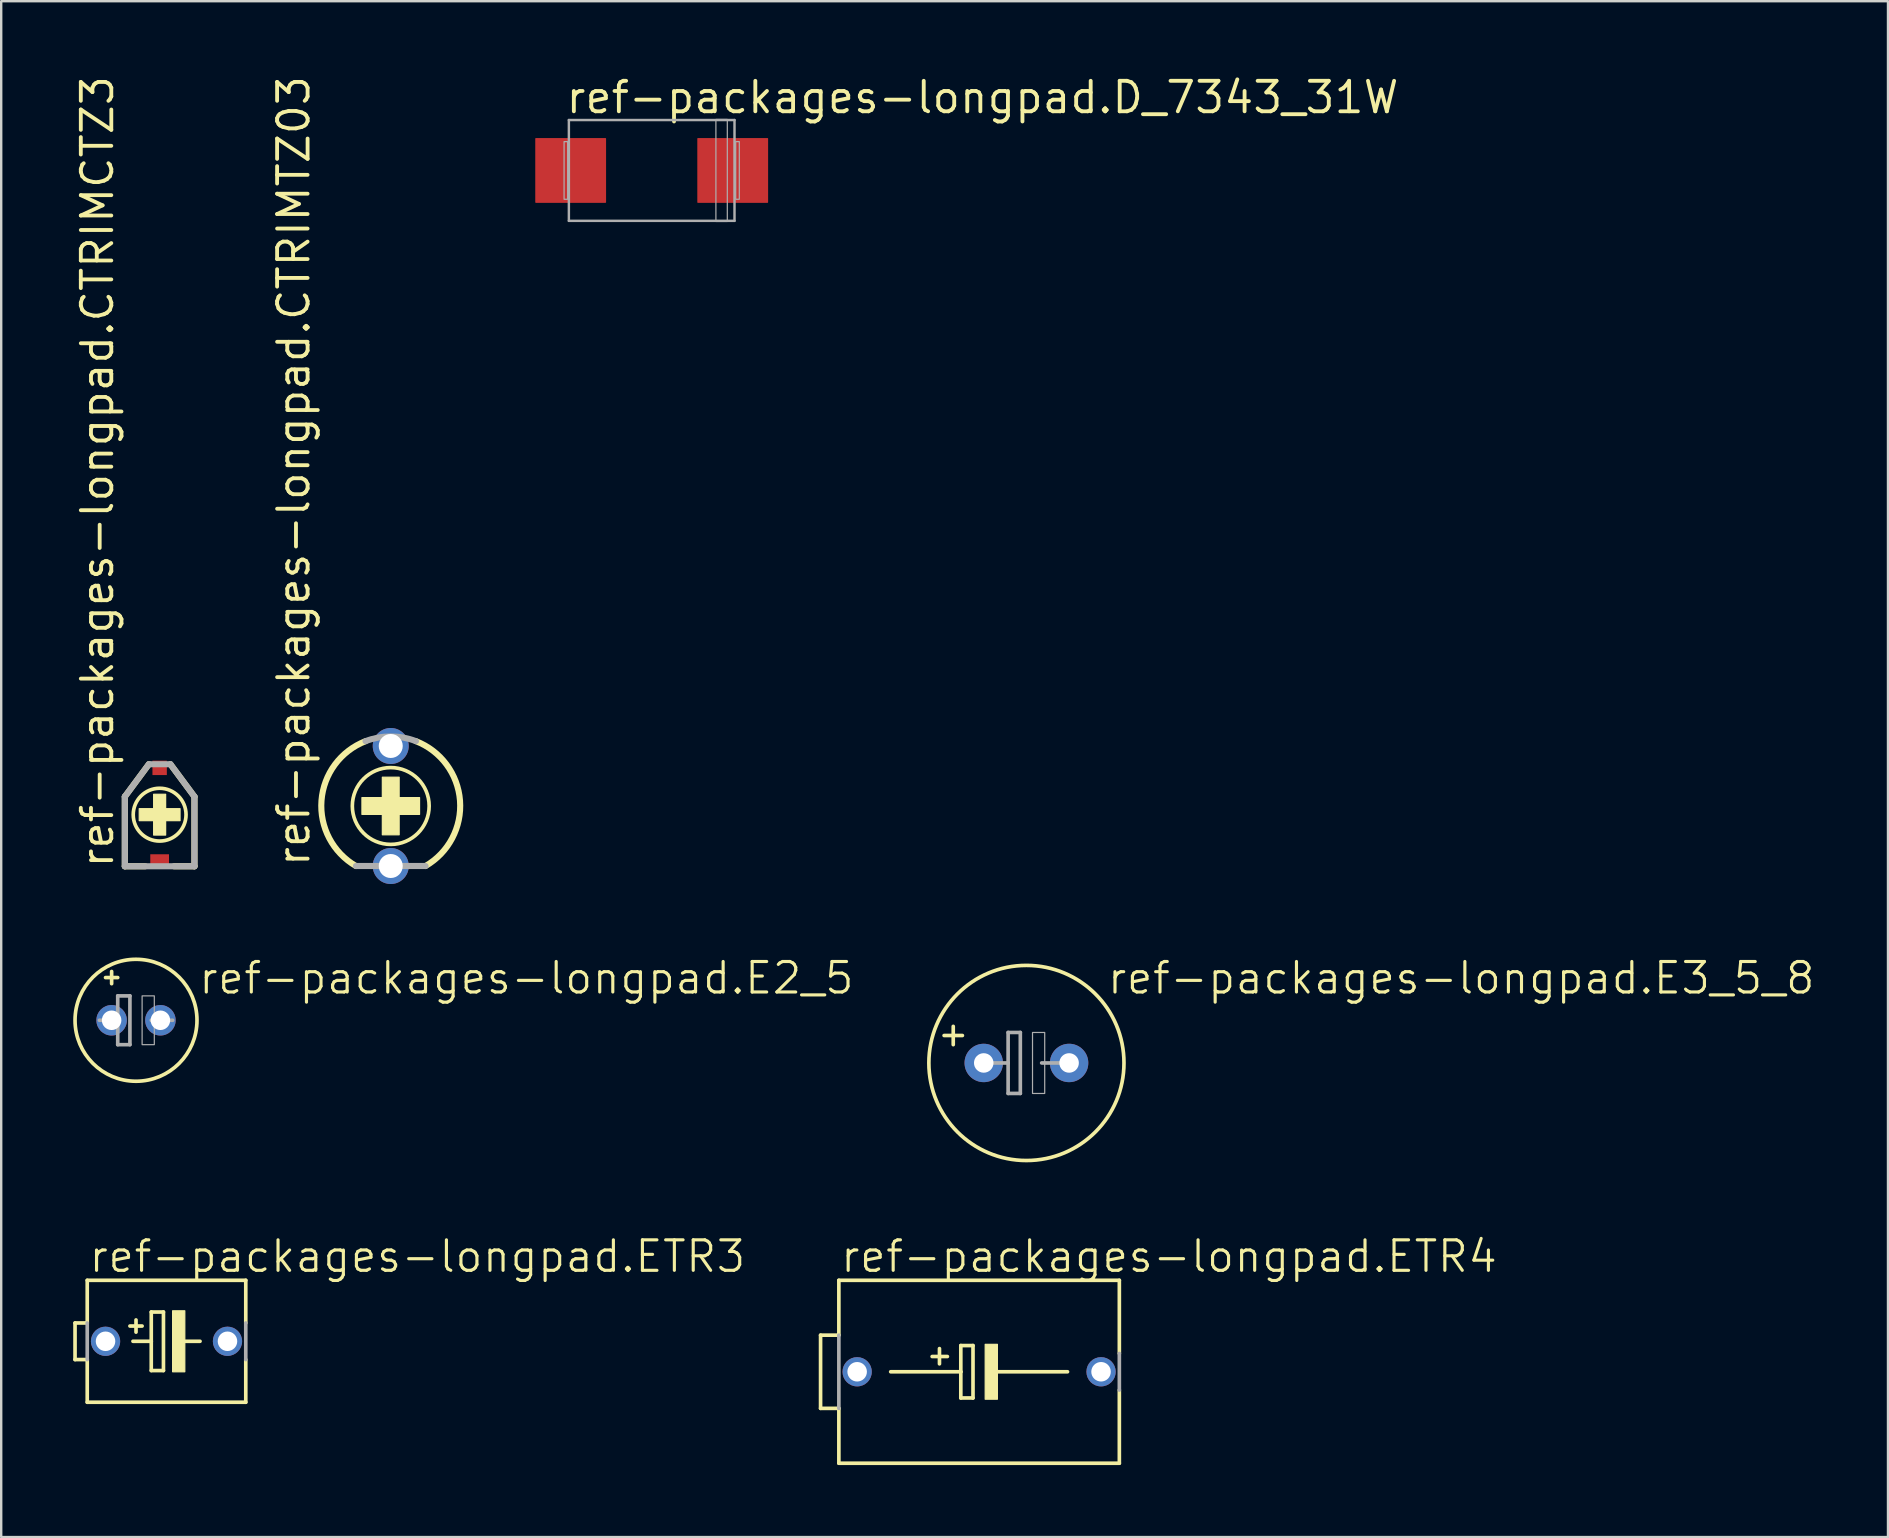
<source format=kicad_pcb>
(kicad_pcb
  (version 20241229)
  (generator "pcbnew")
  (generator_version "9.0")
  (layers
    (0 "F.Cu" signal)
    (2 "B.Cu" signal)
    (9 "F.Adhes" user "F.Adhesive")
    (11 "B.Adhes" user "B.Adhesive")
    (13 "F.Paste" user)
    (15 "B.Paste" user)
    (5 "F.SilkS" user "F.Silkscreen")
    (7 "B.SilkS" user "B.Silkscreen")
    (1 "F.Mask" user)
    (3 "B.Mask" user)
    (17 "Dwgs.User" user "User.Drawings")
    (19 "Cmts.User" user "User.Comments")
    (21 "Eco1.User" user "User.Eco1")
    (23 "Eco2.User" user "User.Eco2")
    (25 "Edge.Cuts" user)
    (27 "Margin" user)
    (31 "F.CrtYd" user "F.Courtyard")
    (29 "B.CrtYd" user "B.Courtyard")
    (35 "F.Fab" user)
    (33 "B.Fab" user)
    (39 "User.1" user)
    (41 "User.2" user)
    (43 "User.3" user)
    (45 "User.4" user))
  (footprint "ref-packages-longpad.ETR3"
    (layer "F.Cu")
    (at 3.886 52.823)
    (property "Reference" "ref-packages-longpad.ETR3" (at -3.302 -2.794 0) (layer "F.SilkS") (effects (font (size 1.27 1.27) (thickness 0.13)) (justify left bottom)))
    (attr through_hole)
    (fp_line (start -3.81 -0.762) (end -3.81 0.762) (stroke (width 0.152) (type default)) (layer "F.SilkS"))
    (fp_line (start -3.81 0.762) (end -3.302 0.762) (stroke (width 0.152) (type default)) (layer "F.SilkS"))
    (fp_line (start -3.302 -0.762) (end -3.81 -0.762) (stroke (width 0.152) (type default)) (layer "F.SilkS"))
    (fp_line (start -3.302 -0.762) (end -3.302 -2.54) (stroke (width 0.152) (type default)) (layer "F.SilkS"))
    (fp_line (start -3.302 2.54) (end -3.302 0.762) (stroke (width 0.152) (type default)) (layer "F.SilkS"))
    (fp_line (start -3.302 2.54) (end 3.302 2.54) (stroke (width 0.152) (type default)) (layer "F.SilkS"))
    (fp_line (start -1.524 -0.635) (end -1.016 -0.635) (stroke (width 0.152) (type default)) (layer "F.SilkS"))
    (fp_line (start -1.397 0) (end -0.635 0) (stroke (width 0.152) (type default)) (layer "F.SilkS"))
    (fp_line (start -1.27 -0.889) (end -1.27 -0.381) (stroke (width 0.152) (type default)) (layer "F.SilkS"))
    (fp_line (start -0.635 -1.219) (end -0.635 0) (stroke (width 0.152) (type default)) (layer "F.SilkS"))
    (fp_line (start -0.635 0) (end -0.635 1.219) (stroke (width 0.152) (type default)) (layer "F.SilkS"))
    (fp_line (start -0.635 1.219) (end -0.127 1.219) (stroke (width 0.152) (type default)) (layer "F.SilkS"))
    (fp_line (start -0.127 -1.219) (end -0.635 -1.219) (stroke (width 0.152) (type default)) (layer "F.SilkS"))
    (fp_line (start -0.127 1.219) (end -0.127 -1.219) (stroke (width 0.152) (type default)) (layer "F.SilkS"))
    (fp_line (start 0.635 0) (end 1.397 0) (stroke (width 0.152) (type default)) (layer "F.SilkS"))
    (fp_line (start 3.302 -2.54) (end -3.302 -2.54) (stroke (width 0.152) (type default)) (layer "F.SilkS"))
    (fp_line (start 3.302 -0.762) (end 3.302 -2.54) (stroke (width 0.152) (type default)) (layer "F.SilkS"))
    (fp_line (start 3.302 2.54) (end 3.302 0.762) (stroke (width 0.152) (type default)) (layer "F.SilkS"))
    (fp_rect (start 0.254 1.27) (end 0.762 -1.27) (stroke (width 0.05) (type default)) (fill yes) (layer "F.SilkS"))
    (fp_line (start -3.302 0.762) (end -3.302 -0.762) (stroke (width 0.152) (type default)) (layer "F.Fab"))
    (fp_line (start 3.302 -0.762) (end 3.302 0.762) (stroke (width 0.152) (type default)) (layer "F.Fab"))
    (pad "+" thru_hole circle (at -2.54 0) (size 1.219 1.219) (drill 0.813) (layers "*.Cu" "*.Mask"))
    (pad "-" thru_hole circle (at 2.54 0) (size 1.219 1.219) (drill 0.813) (layers "*.Cu" "*.Mask")))
  (footprint "ref-packages-longpad.E3_5_8"
    (layer "F.Cu")
    (at 39.707 41.229)
    (property "Reference" "ref-packages-longpad.E3_5_8" (at 3.302 -2.794 0) (layer "F.SilkS") (effects (font (size 1.27 1.27) (thickness 0.13)) (justify left bottom)))
    (attr through_hole)
    (fp_line (start -3.429 -1.143) (end -2.667 -1.143) (stroke (width 0.152) (type default)) (layer "F.SilkS"))
    (fp_line (start -3.048 -0.762) (end -3.048 -1.524) (stroke (width 0.152) (type default)) (layer "F.SilkS"))
    (fp_circle (center 0 0) (end 4.064 0) (stroke (width 0.152) (type default)) (fill no) (layer "F.SilkS"))
    (fp_line (start -1.651 0) (end -0.762 0) (stroke (width 0.152) (type default)) (layer "F.Fab"))
    (fp_line (start -0.762 -1.27) (end -0.762 0) (stroke (width 0.152) (type default)) (layer "F.Fab"))
    (fp_line (start -0.762 0) (end -0.762 1.27) (stroke (width 0.152) (type default)) (layer "F.Fab"))
    (fp_line (start -0.762 1.27) (end -0.254 1.27) (stroke (width 0.152) (type default)) (layer "F.Fab"))
    (fp_line (start -0.254 -1.27) (end -0.762 -1.27) (stroke (width 0.152) (type default)) (layer "F.Fab"))
    (fp_line (start -0.254 1.27) (end -0.254 -1.27) (stroke (width 0.152) (type default)) (layer "F.Fab"))
    (fp_line (start 0.635 0) (end 1.651 0) (stroke (width 0.152) (type default)) (layer "F.Fab"))
    (fp_rect (start 0.254 1.27) (end 0.762 -1.27) (stroke (width 0.05) (type default)) (fill no) (layer "F.Fab"))
    (pad "+" thru_hole circle (at -1.778 0) (size 1.6 1.6) (drill 0.813) (layers "*.Cu" "*.Mask"))
    (pad "-" thru_hole circle (at 1.778 0) (size 1.6 1.6) (drill 0.813) (layers "*.Cu" "*.Mask")))
  (footprint "ref-packages-longpad.CTRIMCTZ3"
    (layer "F.Cu")
    (at 3.6 30.886)
    (property "Reference" "ref-packages-longpad.CTRIMCTZ3" (at -1.85 2.3 90) (layer "F.SilkS") (effects (font (size 1.27 1.27) (thickness 0.16)) (justify left bottom)))
    (attr smd)
    (fp_line (start -1.45 -0.75) (end -0.45 -2.1) (stroke (width 0.254) (type default)) (layer "F.SilkS"))
    (fp_line (start -1.45 2.15) (end -1.45 -0.75) (stroke (width 0.254) (type default)) (layer "F.SilkS"))
    (fp_line (start -0.6 2.15) (end -1.45 2.15) (stroke (width 0.254) (type default)) (layer "F.SilkS"))
    (fp_line (start 0.6 2.15) (end 1.45 2.15) (stroke (width 0.254) (type default)) (layer "F.SilkS"))
    (fp_line (start 1.45 -0.75) (end 0.45 -2.1) (stroke (width 0.254) (type default)) (layer "F.SilkS"))
    (fp_line (start 1.45 2.15) (end 1.45 -0.75) (stroke (width 0.254) (type default)) (layer "F.SilkS"))
    (fp_rect (start -0.85 0.25) (end 0.85 -0.25) (stroke (width 0.05) (type default)) (fill yes) (layer "F.SilkS"))
    (fp_rect (start -0.25 0.85) (end 0.25 -0.85) (stroke (width 0.05) (type default)) (fill yes) (layer "F.SilkS"))
    (fp_circle (center 0 0) (end 1.1 0) (stroke (width 0.152) (type default)) (fill no) (layer "F.SilkS"))
    (fp_line (start -1.45 -0.75) (end -0.45 -2.1) (stroke (width 0.254) (type default)) (layer "F.Fab"))
    (fp_line (start -1.45 2.15) (end -1.45 -0.75) (stroke (width 0.254) (type default)) (layer "F.Fab"))
    (fp_line (start -0.45 -2.1) (end 0.45 -2.1) (stroke (width 0.254) (type default)) (layer "F.Fab"))
    (fp_line (start 0.45 -2.1) (end 1.45 -0.75) (stroke (width 0.254) (type default)) (layer "F.Fab"))
    (fp_line (start 1.45 -0.75) (end 1.45 2.15) (stroke (width 0.254) (type default)) (layer "F.Fab"))
    (fp_line (start 1.45 2.15) (end -1.45 2.15) (stroke (width 0.254) (type default)) (layer "F.Fab"))
    (pad "1" smd roundrect (at 0 -1.95) (size 0.6 0.6) (layers "F.Cu" "F.Mask" "F.Paste") (roundrect_rratio 0.01))
    (pad "2" smd roundrect (at 0 1.95) (size 0.78 0.6) (layers "F.Cu" "F.Mask" "F.Paste") (roundrect_rratio 0.01)))
  (footprint "ref-packages-longpad.CTRIMTZ03"
    (layer "F.Cu")
    (at 13.227 30.525)
    (property "Reference" "ref-packages-longpad.CTRIMTZ03" (at -3.3 2.6 90) (layer "F.SilkS") (effects (font (size 1.27 1.27) (thickness 0.16)) (justify left bottom)))
    (attr through_hole)
    (fp_rect (start -1.2 0.35) (end 1.2 -0.35) (stroke (width 0.05) (type default)) (fill yes) (layer "F.SilkS"))
    (fp_rect (start -0.35 1.2) (end 0.35 -1.2) (stroke (width 0.05) (type default)) (fill yes) (layer "F.SilkS"))
    (fp_arc (start -1.45 2.5) (mid -2.884874 -0.22576) (end -1.05 -2.7) (stroke (width 0.254) (type default)) (layer "F.SilkS"))
    (fp_arc (start 1.05 -2.7) (mid 2.884874 -0.22576) (end 1.45 2.5) (stroke (width 0.254) (type default)) (layer "F.SilkS"))
    (fp_circle (center 0 0) (end 1.6 0) (stroke (width 0.152) (type default)) (fill no) (layer "F.SilkS"))
    (fp_line (start 1.45 2.5) (end -1.45 2.5) (stroke (width 0.254) (type default)) (layer "F.Fab"))
    (fp_arc (start -1.05 -2.7) (mid 0 -2.896981) (end 1.05 -2.7) (stroke (width 0.254) (type default)) (layer "F.Fab"))
    (pad "1" thru_hole circle (at 0 -2.5) (size 1.5 1.5) (drill 1) (layers "*.Cu" "*.Mask"))
    (pad "2" thru_hole circle (at 0 2.5) (size 1.5 1.5) (drill 1) (layers "*.Cu" "*.Mask")))
  (footprint "ref-packages-longpad.E2_5"
    (layer "F.Cu")
    (at 2.616 39.451)
    (property "Reference" "ref-packages-longpad.E2_5" (at 2.54 -1.016 0) (layer "F.SilkS") (effects (font (size 1.27 1.27) (thickness 0.13)) (justify left bottom)))
    (attr through_hole)
    (fp_line (start -1.27 -1.778) (end -0.762 -1.778) (stroke (width 0.152) (type default)) (layer "F.SilkS"))
    (fp_line (start -1.016 -1.524) (end -1.016 -2.032) (stroke (width 0.152) (type default)) (layer "F.SilkS"))
    (fp_circle (center 0 0) (end 2.54 0) (stroke (width 0.152) (type default)) (fill no) (layer "F.SilkS"))
    (fp_line (start -1.524 0) (end -0.762 0) (stroke (width 0.152) (type default)) (layer "F.Fab"))
    (fp_line (start -0.762 -1.016) (end -0.762 0) (stroke (width 0.152) (type default)) (layer "F.Fab"))
    (fp_line (start -0.762 0) (end -0.762 1.016) (stroke (width 0.152) (type default)) (layer "F.Fab"))
    (fp_line (start -0.762 1.016) (end -0.254 1.016) (stroke (width 0.152) (type default)) (layer "F.Fab"))
    (fp_line (start -0.254 -1.016) (end -0.762 -1.016) (stroke (width 0.152) (type default)) (layer "F.Fab"))
    (fp_line (start -0.254 1.016) (end -0.254 -1.016) (stroke (width 0.152) (type default)) (layer "F.Fab"))
    (fp_line (start 0.635 0) (end 1.524 0) (stroke (width 0.152) (type default)) (layer "F.Fab"))
    (fp_rect (start 0.254 1.016) (end 0.762 -1.016) (stroke (width 0.05) (type default)) (fill no) (layer "F.Fab"))
    (pad "+" thru_hole circle (at -1.016 0) (size 1.27 1.27) (drill 0.813) (layers "*.Cu" "*.Mask"))
    (pad "-" thru_hole circle (at 1.016 0) (size 1.27 1.27) (drill 0.813) (layers "*.Cu" "*.Mask")))
  (footprint "ref-packages-longpad.D_7343_31W"
    (layer "F.Cu")
    (at 24.097 4.05)
    (property "Reference" "ref-packages-longpad.D_7343_31W" (at -3.65 -2.3 0) (layer "F.SilkS") (effects (font (size 1.27 1.27) (thickness 0.16)) (justify left bottom)))
    (attr smd)
    (fp_line (start -3.45 -2.1) (end 3.45 -2.1) (stroke (width 0.102) (type default)) (layer "F.Fab"))
    (fp_line (start -3.45 2.1) (end -3.45 -2.1) (stroke (width 0.102) (type default)) (layer "F.Fab"))
    (fp_line (start 3.45 -2.1) (end 3.45 2.1) (stroke (width 0.102) (type default)) (layer "F.Fab"))
    (fp_line (start 3.45 2.1) (end -3.45 2.1) (stroke (width 0.102) (type default)) (layer "F.Fab"))
    (fp_rect (start -3.65 1.2) (end -3.5 -1.2) (stroke (width 0.05) (type default)) (fill no) (layer "F.Fab"))
    (fp_rect (start 2.675 2.125) (end 3.15 -2.125) (stroke (width 0.05) (type default)) (fill no) (layer "F.Fab"))
    (fp_rect (start 3.5 1.2) (end 3.65 -1.2) (stroke (width 0.05) (type default)) (fill no) (layer "F.Fab"))
    (pad "+" smd roundrect (at 3.375 0) (size 2.95 2.7) (layers "F.Cu" "F.Mask" "F.Paste") (roundrect_rratio 0.01))
    (pad "-" smd roundrect (at -3.375 0) (size 2.95 2.7) (layers "F.Cu" "F.Mask" "F.Paste") (roundrect_rratio 0.01)))
  (footprint "ref-packages-longpad.ETR4"
    (layer "F.Cu")
    (at 37.736 54.093)
    (property "Reference" "ref-packages-longpad.ETR4" (at -5.842 -4.064 0) (layer "F.SilkS") (effects (font (size 1.27 1.27) (thickness 0.13)) (justify left bottom)))
    (attr through_hole)
    (fp_line (start -6.604 -1.524) (end -6.604 1.524) (stroke (width 0.152) (type default)) (layer "F.SilkS"))
    (fp_line (start -6.604 1.524) (end -5.842 1.524) (stroke (width 0.152) (type default)) (layer "F.SilkS"))
    (fp_line (start -5.842 -1.524) (end -6.604 -1.524) (stroke (width 0.152) (type default)) (layer "F.SilkS"))
    (fp_line (start -5.842 -1.524) (end -5.842 -3.81) (stroke (width 0.152) (type default)) (layer "F.SilkS"))
    (fp_line (start -5.842 3.81) (end -5.842 1.524) (stroke (width 0.152) (type default)) (layer "F.SilkS"))
    (fp_line (start -5.842 3.81) (end 5.842 3.81) (stroke (width 0.152) (type default)) (layer "F.SilkS"))
    (fp_line (start -3.683 0) (end -0.762 0) (stroke (width 0.152) (type default)) (layer "F.SilkS"))
    (fp_line (start -1.651 -0.965) (end -1.651 -0.33) (stroke (width 0.152) (type default)) (layer "F.SilkS"))
    (fp_line (start -1.321 -0.635) (end -1.956 -0.635) (stroke (width 0.152) (type default)) (layer "F.SilkS"))
    (fp_line (start -0.762 -1.092) (end -0.762 0) (stroke (width 0.152) (type default)) (layer "F.SilkS"))
    (fp_line (start -0.762 0) (end -0.762 1.092) (stroke (width 0.152) (type default)) (layer "F.SilkS"))
    (fp_line (start -0.762 1.092) (end -0.254 1.092) (stroke (width 0.152) (type default)) (layer "F.SilkS"))
    (fp_line (start -0.254 -1.092) (end -0.762 -1.092) (stroke (width 0.152) (type default)) (layer "F.SilkS"))
    (fp_line (start -0.254 1.092) (end -0.254 -1.092) (stroke (width 0.152) (type default)) (layer "F.SilkS"))
    (fp_line (start 3.683 0) (end 0.508 0) (stroke (width 0.152) (type default)) (layer "F.SilkS"))
    (fp_line (start 5.842 -3.81) (end -5.842 -3.81) (stroke (width 0.152) (type default)) (layer "F.SilkS"))
    (fp_line (start 5.842 -0.762) (end 5.842 -3.81) (stroke (width 0.152) (type default)) (layer "F.SilkS"))
    (fp_line (start 5.842 3.81) (end 5.842 0.762) (stroke (width 0.152) (type default)) (layer "F.SilkS"))
    (fp_rect (start 0.254 1.143) (end 0.762 -1.143) (stroke (width 0.05) (type default)) (fill yes) (layer "F.SilkS"))
    (fp_line (start -5.842 1.524) (end -5.842 -1.524) (stroke (width 0.152) (type default)) (layer "F.Fab"))
    (fp_line (start 5.842 -0.762) (end 5.842 0.762) (stroke (width 0.152) (type default)) (layer "F.Fab"))
    (pad "+" thru_hole circle (at -5.08 0) (size 1.219 1.219) (drill 0.813) (layers "*.Cu" "*.Mask"))
    (pad "-" thru_hole circle (at 5.08 0) (size 1.219 1.219) (drill 0.813) (layers "*.Cu" "*.Mask")))
  (gr_rect
    (start -3 -3)
    (end 75.597 60.979)
    (stroke (width 0.1) (type default))
    (fill no)
    (layer "Edge.Cuts")))
</source>
